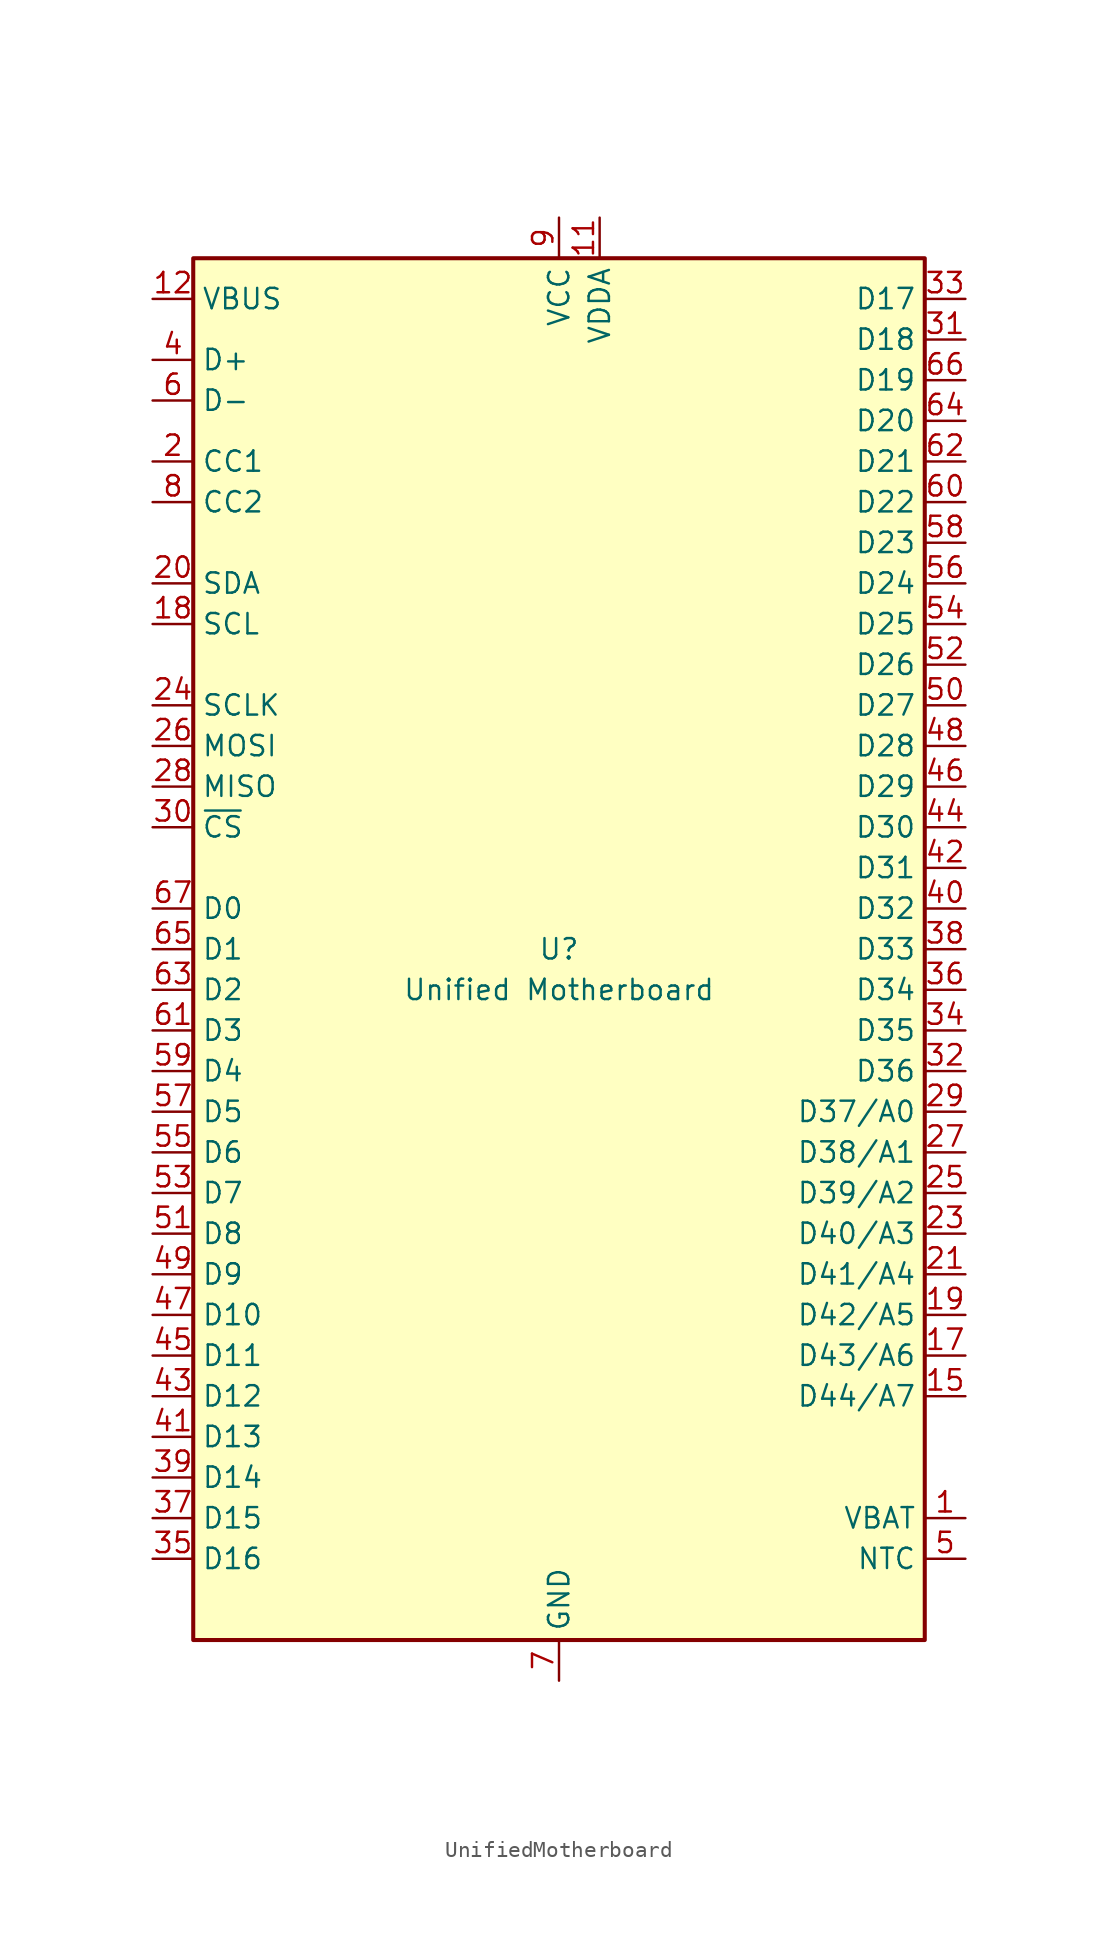
<source format=kicad_sym>
(kicad_symbol_lib
  (version 20231120)
  (generator "kicad_symbol_editor")
  (generator_version "8.0")
  (symbol "UnifiedMotherboard"
    (property "Reference" "U"
      (at 0 0 0)
      (do_not_autoplace)
      (effects (font (size 1.27 1.27))))
    (property "Value" "Unified Motherboard"
      (at 0 -2.54 0)
      (do_not_autoplace)
      (effects (font (size 1.27 1.27))))
    (symbol "UnifiedMotherboard_0_1"
      (rectangle (start -22.86 43.18) (end 22.86 -43.18) (stroke (width 0.254) (type default)) (fill (type background))))
    (symbol "UnifiedMotherboard_1_0"
      (pin passive line (at -25.4 40.64 0) (length 2.54) hide (name "VBUS" (effects (font (size 1.27 1.27)))) (number "14" (effects (font (size 1.27 1.27)))))
      (pin passive line (at 25.4 -35.56 180) (length 2.54) hide (name "VBAT" (effects (font (size 1.27 1.27)))) (number "3" (effects (font (size 1.27 1.27)))))
      (pin power_in line (at 0 45.72 270) (length 2.54) (name "VCC" (effects (font (size 1.27 1.27)))) (number "9" (effects (font (size 1.27 1.27)))))
      (pin passive line (at 0 -45.72 90) (length 2.54) hide (name "MP" (effects (font (size 1.27 1.27)))) (number "MP" (effects (font (size 1.27 1.27))))))
    (symbol "UnifiedMotherboard_1_1"
      (pin power_in line (at 25.4 -35.56 180) (length 2.54) (name "VBAT" (effects (font (size 1.27 1.27)))) (number "1" (effects (font (size 1.27 1.27)))))
      (pin passive line (at 0 -45.72 90) (length 2.54) hide (name "GND" (effects (font (size 1.27 1.27)))) (number "10" (effects (font (size 1.27 1.27)))))
      (pin power_out line (at 2.54 45.72 270) (length 2.54) (name "VDDA" (effects (font (size 1.27 1.27)))) (number "11" (effects (font (size 1.27 1.27)))))
      (pin power_in line (at -25.4 40.64 0) (length 2.54) (name "VBUS" (effects (font (size 1.27 1.27)))) (number "12" (effects (font (size 1.27 1.27)))))
      (pin passive line (at 0 -45.72 90) (length 2.54) hide (name "GND" (effects (font (size 1.27 1.27)))) (number "13" (effects (font (size 1.27 1.27)))))
      (pin bidirectional line (at 25.4 -27.94 180) (length 2.54) (name "D44/A7" (effects (font (size 1.27 1.27)))) (number "15" (effects (font (size 1.27 1.27)))))
      (pin passive line (at 0 -45.72 90) (length 2.54) hide (name "GND" (effects (font (size 1.27 1.27)))) (number "16" (effects (font (size 1.27 1.27)))))
      (pin bidirectional line (at 25.4 -25.4 180) (length 2.54) (name "D43/A6" (effects (font (size 1.27 1.27)))) (number "17" (effects (font (size 1.27 1.27)))))
      (pin output line (at -25.4 20.32 0) (length 2.54) (name "SCL" (effects (font (size 1.27 1.27)))) (number "18" (effects (font (size 1.27 1.27)))))
      (pin bidirectional line (at 25.4 -22.86 180) (length 2.54) (name "D42/A5" (effects (font (size 1.27 1.27)))) (number "19" (effects (font (size 1.27 1.27)))))
      (pin bidirectional line (at -25.4 30.48 0) (length 2.54) (name "CC1" (effects (font (size 1.27 1.27)))) (number "2" (effects (font (size 1.27 1.27)))))
      (pin bidirectional line (at -25.4 22.86 0) (length 2.54) (name "SDA" (effects (font (size 1.27 1.27)))) (number "20" (effects (font (size 1.27 1.27)))))
      (pin bidirectional line (at 25.4 -20.32 180) (length 2.54) (name "D41/A4" (effects (font (size 1.27 1.27)))) (number "21" (effects (font (size 1.27 1.27)))))
      (pin passive line (at 0 -45.72 90) (length 2.54) hide (name "GND" (effects (font (size 1.27 1.27)))) (number "22" (effects (font (size 1.27 1.27)))))
      (pin bidirectional line (at 25.4 -17.78 180) (length 2.54) (name "D40/A3" (effects (font (size 1.27 1.27)))) (number "23" (effects (font (size 1.27 1.27)))))
      (pin output line (at -25.4 15.24 0) (length 2.54) (name "SCLK" (effects (font (size 1.27 1.27)))) (number "24" (effects (font (size 1.27 1.27)))))
      (pin bidirectional line (at 25.4 -15.24 180) (length 2.54) (name "D39/A2" (effects (font (size 1.27 1.27)))) (number "25" (effects (font (size 1.27 1.27)))))
      (pin output line (at -25.4 12.7 0) (length 2.54) (name "MOSI" (effects (font (size 1.27 1.27)))) (number "26" (effects (font (size 1.27 1.27)))))
      (pin bidirectional line (at 25.4 -12.7 180) (length 2.54) (name "D38/A1" (effects (font (size 1.27 1.27)))) (number "27" (effects (font (size 1.27 1.27)))))
      (pin input line (at -25.4 10.16 0) (length 2.54) (name "MISO" (effects (font (size 1.27 1.27)))) (number "28" (effects (font (size 1.27 1.27)))))
      (pin bidirectional line (at 25.4 -10.16 180) (length 2.54) (name "D37/A0" (effects (font (size 1.27 1.27)))) (number "29" (effects (font (size 1.27 1.27)))))
      (pin output line (at -25.4 7.62 0) (length 2.54) (name "~{CS}" (effects (font (size 1.27 1.27)))) (number "30" (effects (font (size 1.27 1.27)))))
      (pin bidirectional line (at 25.4 38.1 180) (length 2.54) (name "D18" (effects (font (size 1.27 1.27)))) (number "31" (effects (font (size 1.27 1.27)))))
      (pin bidirectional line (at 25.4 -7.62 180) (length 2.54) (name "D36" (effects (font (size 1.27 1.27)))) (number "32" (effects (font (size 1.27 1.27)))))
      (pin bidirectional line (at 25.4 40.64 180) (length 2.54) (name "D17" (effects (font (size 1.27 1.27)))) (number "33" (effects (font (size 1.27 1.27)))))
      (pin bidirectional line (at 25.4 -5.08 180) (length 2.54) (name "D35" (effects (font (size 1.27 1.27)))) (number "34" (effects (font (size 1.27 1.27)))))
      (pin bidirectional line (at -25.4 -38.1 0) (length 2.54) (name "D16" (effects (font (size 1.27 1.27)))) (number "35" (effects (font (size 1.27 1.27)))))
      (pin bidirectional line (at 25.4 -2.54 180) (length 2.54) (name "D34" (effects (font (size 1.27 1.27)))) (number "36" (effects (font (size 1.27 1.27)))))
      (pin bidirectional line (at -25.4 -35.56 0) (length 2.54) (name "D15" (effects (font (size 1.27 1.27)))) (number "37" (effects (font (size 1.27 1.27)))))
      (pin bidirectional line (at 25.4 0 180) (length 2.54) (name "D33" (effects (font (size 1.27 1.27)))) (number "38" (effects (font (size 1.27 1.27)))))
      (pin bidirectional line (at -25.4 -33.02 0) (length 2.54) (name "D14" (effects (font (size 1.27 1.27)))) (number "39" (effects (font (size 1.27 1.27)))))
      (pin bidirectional line (at -25.4 36.83 0) (length 2.54) (name "D+" (effects (font (size 1.27 1.27)))) (number "4" (effects (font (size 1.27 1.27)))))
      (pin bidirectional line (at 25.4 2.54 180) (length 2.54) (name "D32" (effects (font (size 1.27 1.27)))) (number "40" (effects (font (size 1.27 1.27)))))
      (pin bidirectional line (at -25.4 -30.48 0) (length 2.54) (name "D13" (effects (font (size 1.27 1.27)))) (number "41" (effects (font (size 1.27 1.27)))))
      (pin bidirectional line (at 25.4 5.08 180) (length 2.54) (name "D31" (effects (font (size 1.27 1.27)))) (number "42" (effects (font (size 1.27 1.27)))))
      (pin bidirectional line (at -25.4 -27.94 0) (length 2.54) (name "D12" (effects (font (size 1.27 1.27)))) (number "43" (effects (font (size 1.27 1.27)))))
      (pin bidirectional line (at 25.4 7.62 180) (length 2.54) (name "D30" (effects (font (size 1.27 1.27)))) (number "44" (effects (font (size 1.27 1.27)))))
      (pin bidirectional line (at -25.4 -25.4 0) (length 2.54) (name "D11" (effects (font (size 1.27 1.27)))) (number "45" (effects (font (size 1.27 1.27)))))
      (pin bidirectional line (at 25.4 10.16 180) (length 2.54) (name "D29" (effects (font (size 1.27 1.27)))) (number "46" (effects (font (size 1.27 1.27)))))
      (pin bidirectional line (at -25.4 -22.86 0) (length 2.54) (name "D10" (effects (font (size 1.27 1.27)))) (number "47" (effects (font (size 1.27 1.27)))))
      (pin bidirectional line (at 25.4 12.7 180) (length 2.54) (name "D28" (effects (font (size 1.27 1.27)))) (number "48" (effects (font (size 1.27 1.27)))))
      (pin bidirectional line (at -25.4 -20.32 0) (length 2.54) (name "D9" (effects (font (size 1.27 1.27)))) (number "49" (effects (font (size 1.27 1.27)))))
      (pin passive line (at 25.4 -38.1 180) (length 2.54) (name "NTC" (effects (font (size 1.27 1.27)))) (number "5" (effects (font (size 1.27 1.27)))))
      (pin bidirectional line (at 25.4 15.24 180) (length 2.54) (name "D27" (effects (font (size 1.27 1.27)))) (number "50" (effects (font (size 1.27 1.27)))))
      (pin bidirectional line (at -25.4 -17.78 0) (length 2.54) (name "D8" (effects (font (size 1.27 1.27)))) (number "51" (effects (font (size 1.27 1.27)))))
      (pin bidirectional line (at 25.4 17.78 180) (length 2.54) (name "D26" (effects (font (size 1.27 1.27)))) (number "52" (effects (font (size 1.27 1.27)))))
      (pin bidirectional line (at -25.4 -15.24 0) (length 2.54) (name "D7" (effects (font (size 1.27 1.27)))) (number "53" (effects (font (size 1.27 1.27)))))
      (pin bidirectional line (at 25.4 20.32 180) (length 2.54) (name "D25" (effects (font (size 1.27 1.27)))) (number "54" (effects (font (size 1.27 1.27)))))
      (pin bidirectional line (at -25.4 -12.7 0) (length 2.54) (name "D6" (effects (font (size 1.27 1.27)))) (number "55" (effects (font (size 1.27 1.27)))))
      (pin bidirectional line (at 25.4 22.86 180) (length 2.54) (name "D24" (effects (font (size 1.27 1.27)))) (number "56" (effects (font (size 1.27 1.27)))))
      (pin bidirectional line (at -25.4 -10.16 0) (length 2.54) (name "D5" (effects (font (size 1.27 1.27)))) (number "57" (effects (font (size 1.27 1.27)))))
      (pin bidirectional line (at 25.4 25.4 180) (length 2.54) (name "D23" (effects (font (size 1.27 1.27)))) (number "58" (effects (font (size 1.27 1.27)))))
      (pin bidirectional line (at -25.4 -7.62 0) (length 2.54) (name "D4" (effects (font (size 1.27 1.27)))) (number "59" (effects (font (size 1.27 1.27)))))
      (pin bidirectional line (at -25.4 34.29 0) (length 2.54) (name "D-" (effects (font (size 1.27 1.27)))) (number "6" (effects (font (size 1.27 1.27)))))
      (pin bidirectional line (at 25.4 27.94 180) (length 2.54) (name "D22" (effects (font (size 1.27 1.27)))) (number "60" (effects (font (size 1.27 1.27)))))
      (pin bidirectional line (at -25.4 -5.08 0) (length 2.54) (name "D3" (effects (font (size 1.27 1.27)))) (number "61" (effects (font (size 1.27 1.27)))))
      (pin bidirectional line (at 25.4 30.48 180) (length 2.54) (name "D21" (effects (font (size 1.27 1.27)))) (number "62" (effects (font (size 1.27 1.27)))))
      (pin bidirectional line (at -25.4 -2.54 0) (length 2.54) (name "D2" (effects (font (size 1.27 1.27)))) (number "63" (effects (font (size 1.27 1.27)))))
      (pin bidirectional line (at 25.4 33.02 180) (length 2.54) (name "D20" (effects (font (size 1.27 1.27)))) (number "64" (effects (font (size 1.27 1.27)))))
      (pin bidirectional line (at -25.4 0 0) (length 2.54) (name "D1" (effects (font (size 1.27 1.27)))) (number "65" (effects (font (size 1.27 1.27)))))
      (pin bidirectional line (at 25.4 35.56 180) (length 2.54) (name "D19" (effects (font (size 1.27 1.27)))) (number "66" (effects (font (size 1.27 1.27)))))
      (pin bidirectional line (at -25.4 2.54 0) (length 2.54) (name "D0" (effects (font (size 1.27 1.27)))) (number "67" (effects (font (size 1.27 1.27)))))
      (pin power_in line (at 0 -45.72 90) (length 2.54) (name "GND" (effects (font (size 1.27 1.27)))) (number "7" (effects (font (size 1.27 1.27)))))
      (pin bidirectional line (at -25.4 27.94 0) (length 2.54) (name "CC2" (effects (font (size 1.27 1.27)))) (number "8" (effects (font (size 1.27 1.27))))))))
</source>
